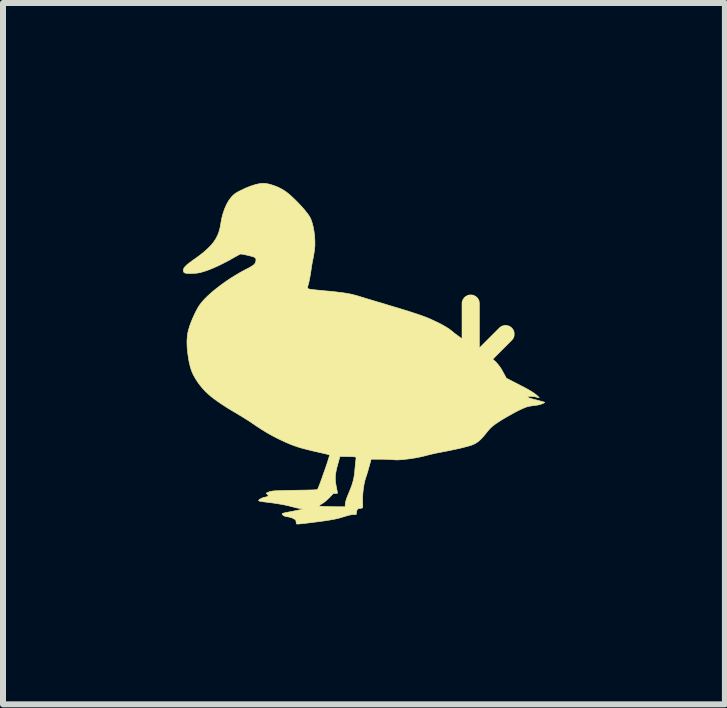
<source format=kicad_pcb>
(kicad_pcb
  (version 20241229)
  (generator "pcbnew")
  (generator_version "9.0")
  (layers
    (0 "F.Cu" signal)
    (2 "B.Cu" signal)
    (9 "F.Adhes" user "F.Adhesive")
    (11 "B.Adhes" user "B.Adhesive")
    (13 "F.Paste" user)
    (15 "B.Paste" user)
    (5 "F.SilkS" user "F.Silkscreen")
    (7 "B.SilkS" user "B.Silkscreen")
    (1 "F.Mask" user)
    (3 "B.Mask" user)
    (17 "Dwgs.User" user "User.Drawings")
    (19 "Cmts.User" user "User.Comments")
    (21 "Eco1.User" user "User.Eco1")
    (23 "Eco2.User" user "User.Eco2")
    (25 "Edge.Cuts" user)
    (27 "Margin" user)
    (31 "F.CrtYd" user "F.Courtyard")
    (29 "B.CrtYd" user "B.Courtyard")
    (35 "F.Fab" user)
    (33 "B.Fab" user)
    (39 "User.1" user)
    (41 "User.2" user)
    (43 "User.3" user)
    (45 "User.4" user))
  (footprint "duck"
    (layer "F.Cu")
    (at 3.017 2.844)
    (property "Reference" "duck" (at 0 0 0) (layer "F.SilkS") (effects (font (size 1.524 1.524) (thickness 0.3))))
    (attr through_hole)
    (fp_poly (pts (xy -1.611 -2.832) (xy -1.554 -2.818) (xy -1.495 -2.799) (xy -1.435 -2.775) (xy -1.377 -2.746) (xy -1.322 -2.713) (xy -1.322 -2.713) (xy -1.286 -2.687) (xy -1.244 -2.653) (xy -1.198 -2.612) (xy -1.15 -2.566) (xy -1.102 -2.518) (xy -1.055 -2.468) (xy -1.011 -2.419) (xy -0.971 -2.371) (xy -0.937 -2.328) (xy -0.911 -2.29) (xy -0.907 -2.284) (xy -0.885 -2.239) (xy -0.865 -2.182) (xy -0.848 -2.116) (xy -0.834 -2.04) (xy -0.824 -1.963) (xy -0.819 -1.879) (xy -0.819 -1.799) (xy -0.827 -1.717) (xy -0.841 -1.631) (xy -0.848 -1.593) (xy -0.856 -1.557) (xy -0.864 -1.514) (xy -0.872 -1.467) (xy -0.879 -1.421) (xy -0.882 -1.399) (xy -0.893 -1.328) (xy -0.904 -1.266) (xy -0.914 -1.215) (xy -0.923 -1.174) (xy -0.931 -1.145) (xy -0.932 -1.144) (xy -0.94 -1.115) (xy -0.939 -1.094) (xy -0.933 -1.084) (xy -0.925 -1.08) (xy -0.91 -1.076) (xy -0.887 -1.072) (xy -0.855 -1.068) (xy -0.813 -1.063) (xy -0.761 -1.058) (xy -0.698 -1.052) (xy -0.661 -1.048) (xy -0.567 -1.04) (xy -0.483 -1.031) (xy -0.409 -1.022) (xy -0.343 -1.014) (xy -0.285 -1.004) (xy -0.232 -0.995) (xy -0.184 -0.984) (xy -0.139 -0.972) (xy -0.096 -0.96) (xy -0.095 -0.959) (xy -0.074 -0.953) (xy -0.042 -0.943) (xy -0.002 -0.931) (xy 0.046 -0.916) (xy 0.099 -0.9) (xy 0.156 -0.883) (xy 0.215 -0.865) (xy 0.272 -0.849) (xy 0.383 -0.815) (xy 0.483 -0.785) (xy 0.574 -0.758) (xy 0.655 -0.733) (xy 0.727 -0.711) (xy 0.792 -0.69) (xy 0.85 -0.671) (xy 0.903 -0.654) (xy 0.95 -0.637) (xy 0.993 -0.622) (xy 1.032 -0.607) (xy 1.069 -0.592) (xy 1.105 -0.577) (xy 1.139 -0.561) (xy 1.173 -0.545) (xy 1.209 -0.528) (xy 1.221 -0.523) (xy 1.297 -0.484) (xy 1.362 -0.447) (xy 1.417 -0.412) (xy 1.462 -0.378) (xy 1.478 -0.365) (xy 1.51 -0.338) (xy 1.552 -0.307) (xy 1.601 -0.271) (xy 1.658 -0.232) (xy 1.721 -0.191) (xy 1.781 -0.152) (xy 1.861 -0.102) (xy 1.93 -0.058) (xy 1.991 -0.018) (xy 2.044 0.018) (xy 2.09 0.05) (xy 2.13 0.08) (xy 2.164 0.109) (xy 2.194 0.136) (xy 2.22 0.164) (xy 2.243 0.192) (xy 2.265 0.221) (xy 2.286 0.253) (xy 2.306 0.288) (xy 2.327 0.326) (xy 2.335 0.341) (xy 2.372 0.409) (xy 2.54 0.495) (xy 2.611 0.532) (xy 2.672 0.563) (xy 2.723 0.591) (xy 2.766 0.616) (xy 2.803 0.638) (xy 2.832 0.658) (xy 2.857 0.676) (xy 2.878 0.693) (xy 2.883 0.697) (xy 2.9 0.714) (xy 2.913 0.727) (xy 2.919 0.734) (xy 2.92 0.735) (xy 2.914 0.735) (xy 2.899 0.731) (xy 2.878 0.726) (xy 2.875 0.725) (xy 2.848 0.719) (xy 2.818 0.714) (xy 2.788 0.712) (xy 2.762 0.711) (xy 2.741 0.713) (xy 2.73 0.718) (xy 2.73 0.718) (xy 2.728 0.723) (xy 2.732 0.728) (xy 2.743 0.734) (xy 2.761 0.741) (xy 2.789 0.749) (xy 2.826 0.76) (xy 2.874 0.772) (xy 2.887 0.775) (xy 2.923 0.785) (xy 2.955 0.794) (xy 2.981 0.801) (xy 3 0.807) (xy 3.008 0.81) (xy 3.009 0.811) (xy 3.007 0.816) (xy 2.996 0.823) (xy 2.977 0.832) (xy 2.952 0.841) (xy 2.925 0.85) (xy 2.917 0.852) (xy 2.895 0.856) (xy 2.865 0.861) (xy 2.833 0.865) (xy 2.819 0.867) (xy 2.785 0.871) (xy 2.749 0.878) (xy 2.716 0.886) (xy 2.707 0.889) (xy 2.672 0.902) (xy 2.628 0.921) (xy 2.576 0.946) (xy 2.518 0.976) (xy 2.456 1.01) (xy 2.389 1.048) (xy 2.342 1.075) (xy 2.284 1.11) (xy 2.236 1.141) (xy 2.195 1.168) (xy 2.161 1.193) (xy 2.132 1.217) (xy 2.106 1.241) (xy 2.083 1.266) (xy 2.06 1.293) (xy 2.056 1.298) (xy 2.015 1.349) (xy 1.979 1.391) (xy 1.947 1.425) (xy 1.917 1.453) (xy 1.889 1.475) (xy 1.859 1.494) (xy 1.828 1.51) (xy 1.808 1.518) (xy 1.779 1.529) (xy 1.739 1.541) (xy 1.689 1.554) (xy 1.632 1.569) (xy 1.567 1.584) (xy 1.497 1.599) (xy 1.423 1.615) (xy 1.346 1.63) (xy 1.267 1.645) (xy 1.265 1.645) (xy 1.219 1.654) (xy 1.169 1.665) (xy 1.12 1.676) (xy 1.074 1.687) (xy 1.049 1.694) (xy 0.961 1.716) (xy 0.868 1.735) (xy 0.766 1.751) (xy 0.666 1.763) (xy 0.623 1.767) (xy 0.588 1.769) (xy 0.558 1.771) (xy 0.529 1.77) (xy 0.496 1.768) (xy 0.469 1.766) (xy 0.433 1.764) (xy 0.389 1.762) (xy 0.34 1.76) (xy 0.29 1.759) (xy 0.248 1.759) (xy 0.117 1.759) (xy 0.111 1.785) (xy 0.102 1.819) (xy 0.091 1.859) (xy 0.079 1.901) (xy 0.067 1.944) (xy 0.055 1.985) (xy 0.044 2.02) (xy 0.035 2.048) (xy 0.03 2.061) (xy 0.013 2.118) (xy -0.001 2.183) (xy -0.012 2.255) (xy -0.02 2.33) (xy -0.024 2.406) (xy -0.023 2.473) (xy -0.022 2.515) (xy -0.022 2.546) (xy -0.024 2.564) (xy -0.027 2.57) (xy -0.036 2.574) (xy -0.053 2.577) (xy -0.063 2.577) (xy -0.089 2.58) (xy -0.107 2.591) (xy -0.119 2.61) (xy -0.126 2.64) (xy -0.126 2.644) (xy -0.131 2.681) (xy -0.172 2.681) (xy -0.194 2.682) (xy -0.219 2.686) (xy -0.249 2.692) (xy -0.285 2.702) (xy -0.33 2.715) (xy -0.36 2.724) (xy -0.395 2.735) (xy -0.432 2.745) (xy -0.472 2.754) (xy -0.517 2.763) (xy -0.568 2.772) (xy -0.626 2.781) (xy -0.692 2.791) (xy -0.768 2.801) (xy -0.854 2.812) (xy -0.889 2.816) (xy -0.95 2.824) (xy -1 2.83) (xy -1.04 2.834) (xy -1.071 2.837) (xy -1.094 2.839) (xy -1.11 2.839) (xy -1.12 2.839) (xy -1.124 2.838) (xy -1.129 2.83) (xy -1.131 2.813) (xy -1.132 2.807) (xy -1.135 2.784) (xy -1.142 2.77) (xy -1.159 2.758) (xy -1.184 2.745) (xy -1.213 2.733) (xy -1.242 2.725) (xy -1.26 2.721) (xy -1.294 2.716) (xy -1.323 2.707) (xy -1.346 2.696) (xy -1.36 2.683) (xy -1.364 2.671) (xy -1.363 2.667) (xy -1.356 2.662) (xy -1.336 2.656) (xy -1.304 2.648) (xy -1.272 2.642) (xy -1.212 2.631) (xy -1.162 2.621) (xy -1.123 2.613) (xy -1.092 2.607) (xy -1.068 2.602) (xy -1.05 2.597) (xy -1.038 2.594) (xy -1.035 2.593) (xy -1.012 2.585) (xy -1.058 2.581) (xy -1.074 2.579) (xy -1.007 2.579) (xy -1.006 2.583) (xy -1.002 2.583) (xy -0.997 2.581) (xy -0.998 2.579) (xy -1.006 2.578) (xy -1.007 2.579) (xy -1.074 2.579) (xy -1.083 2.578) (xy -1.114 2.572) (xy -1.15 2.564) (xy -1.181 2.555) (xy -1.256 2.536) (xy -0.748 2.536) (xy -0.747 2.541) (xy -0.746 2.541) (xy -0.734 2.542) (xy -0.712 2.543) (xy -0.681 2.545) (xy -0.645 2.546) (xy -0.604 2.547) (xy -0.561 2.549) (xy -0.518 2.55) (xy -0.478 2.551) (xy -0.441 2.551) (xy -0.432 2.551) (xy -0.314 2.552) (xy -0.314 2.519) (xy -0.312 2.495) (xy -0.307 2.468) (xy -0.298 2.436) (xy -0.284 2.396) (xy -0.265 2.349) (xy -0.254 2.323) (xy -0.228 2.258) (xy -0.206 2.201) (xy -0.19 2.149) (xy -0.176 2.098) (xy -0.166 2.046) (xy -0.158 1.989) (xy -0.152 1.924) (xy -0.151 1.912) (xy -0.147 1.874) (xy -0.144 1.836) (xy -0.14 1.804) (xy -0.137 1.779) (xy -0.136 1.765) (xy -0.133 1.742) (xy -0.135 1.728) (xy -0.137 1.724) (xy -0.145 1.721) (xy -0.162 1.719) (xy -0.189 1.717) (xy -0.227 1.715) (xy -0.273 1.715) (xy -0.402 1.713) (xy -0.425 1.796) (xy -0.443 1.862) (xy -0.458 1.919) (xy -0.468 1.968) (xy -0.475 2.011) (xy -0.479 2.051) (xy -0.479 2.09) (xy -0.476 2.129) (xy -0.471 2.171) (xy -0.462 2.218) (xy -0.461 2.223) (xy -0.455 2.256) (xy -0.449 2.284) (xy -0.445 2.307) (xy -0.443 2.32) (xy -0.443 2.323) (xy -0.448 2.328) (xy -0.465 2.331) (xy -0.477 2.331) (xy -0.512 2.331) (xy -0.58 2.401) (xy -0.624 2.443) (xy -0.661 2.474) (xy -0.693 2.496) (xy -0.721 2.513) (xy -0.739 2.527) (xy -0.748 2.536) (xy -1.256 2.536) (xy -1.258 2.536) (xy -1.344 2.517) (xy -1.436 2.501) (xy -1.53 2.487) (xy -1.547 2.485) (xy -1.605 2.478) (xy -1.651 2.472) (xy -1.688 2.467) (xy -1.716 2.463) (xy -1.735 2.459) (xy -1.748 2.455) (xy -1.755 2.452) (xy -1.757 2.448) (xy -1.756 2.443) (xy -1.753 2.439) (xy -1.743 2.43) (xy -1.726 2.419) (xy -1.715 2.414) (xy -1.697 2.405) (xy -1.678 2.398) (xy -1.654 2.392) (xy -1.622 2.385) (xy -1.617 2.384) (xy -1.601 2.377) (xy -1.597 2.366) (xy -1.605 2.352) (xy -1.613 2.344) (xy -1.632 2.325) (xy -1.598 2.31) (xy -1.573 2.3) (xy -1.542 2.293) (xy -1.515 2.288) (xy -1.5 2.287) (xy -1.474 2.285) (xy -1.438 2.284) (xy -1.393 2.282) (xy -1.342 2.281) (xy -1.285 2.279) (xy -1.224 2.278) (xy -1.16 2.277) (xy -1.126 2.276) (xy -1.053 2.275) (xy -0.991 2.274) (xy -0.939 2.273) (xy -0.897 2.272) (xy -0.863 2.271) (xy -0.836 2.27) (xy -0.816 2.269) (xy -0.801 2.268) (xy -0.79 2.266) (xy -0.783 2.264) (xy -0.778 2.262) (xy -0.775 2.26) (xy -0.774 2.259) (xy -0.769 2.25) (xy -0.761 2.232) (xy -0.75 2.205) (xy -0.737 2.171) (xy -0.722 2.131) (xy -0.706 2.086) (xy -0.689 2.038) (xy -0.672 1.989) (xy -0.654 1.939) (xy -0.637 1.89) (xy -0.621 1.843) (xy -0.607 1.8) (xy -0.595 1.762) (xy -0.585 1.73) (xy -0.578 1.706) (xy -0.574 1.691) (xy -0.574 1.687) (xy -0.58 1.685) (xy -0.597 1.681) (xy -0.623 1.674) (xy -0.657 1.666) (xy -0.697 1.657) (xy -0.741 1.647) (xy -0.763 1.642) (xy -0.846 1.623) (xy -0.919 1.605) (xy -0.983 1.589) (xy -1.04 1.574) (xy -1.091 1.559) (xy -1.138 1.543) (xy -1.183 1.527) (xy -1.228 1.51) (xy -1.273 1.491) (xy -1.322 1.469) (xy -1.344 1.459) (xy -1.412 1.427) (xy -1.475 1.396) (xy -1.535 1.364) (xy -1.595 1.331) (xy -1.655 1.295) (xy -1.719 1.255) (xy -1.788 1.21) (xy -1.863 1.159) (xy -1.888 1.142) (xy -1.92 1.121) (xy -1.959 1.096) (xy -2.003 1.069) (xy -2.047 1.041) (xy -2.089 1.017) (xy -2.091 1.015) (xy -2.191 0.956) (xy -2.28 0.902) (xy -2.36 0.85) (xy -2.431 0.802) (xy -2.495 0.756) (xy -2.552 0.712) (xy -2.602 0.668) (xy -2.648 0.624) (xy -2.689 0.58) (xy -2.727 0.535) (xy -2.763 0.487) (xy -2.782 0.459) (xy -2.82 0.399) (xy -2.851 0.341) (xy -2.876 0.282) (xy -2.896 0.218) (xy -2.913 0.148) (xy -2.924 0.089) (xy -2.94 -0.02) (xy -2.949 -0.12) (xy -2.951 -0.211) (xy -2.945 -0.293) (xy -2.937 -0.348) (xy -2.924 -0.401) (xy -2.906 -0.461) (xy -2.882 -0.526) (xy -2.855 -0.592) (xy -2.825 -0.658) (xy -2.794 -0.72) (xy -2.763 -0.776) (xy -2.745 -0.804) (xy -2.708 -0.853) (xy -2.662 -0.906) (xy -2.606 -0.961) (xy -2.543 -1.019) (xy -2.472 -1.077) (xy -2.396 -1.136) (xy -2.316 -1.194) (xy -2.232 -1.251) (xy -2.146 -1.305) (xy -2.059 -1.356) (xy -1.972 -1.403) (xy -1.962 -1.408) (xy -1.917 -1.431) (xy -1.882 -1.451) (xy -1.855 -1.468) (xy -1.836 -1.483) (xy -1.822 -1.497) (xy -1.813 -1.513) (xy -1.807 -1.53) (xy -1.805 -1.536) (xy -1.8 -1.563) (xy -1.803 -1.583) (xy -1.815 -1.598) (xy -1.833 -1.609) (xy -1.848 -1.615) (xy -1.872 -1.622) (xy -1.902 -1.63) (xy -1.936 -1.638) (xy -1.971 -1.646) (xy -2.003 -1.653) (xy -2.031 -1.658) (xy -2.051 -1.66) (xy -2.056 -1.661) (xy -2.065 -1.658) (xy -2.083 -1.649) (xy -2.108 -1.636) (xy -2.137 -1.62) (xy -2.168 -1.603) (xy -2.253 -1.554) (xy -2.34 -1.509) (xy -2.425 -1.467) (xy -2.507 -1.43) (xy -2.585 -1.398) (xy -2.657 -1.373) (xy -2.721 -1.354) (xy -2.728 -1.352) (xy -2.759 -1.346) (xy -2.796 -1.341) (xy -2.837 -1.338) (xy -2.878 -1.336) (xy -2.916 -1.336) (xy -2.949 -1.338) (xy -2.973 -1.341) (xy -2.977 -1.342) (xy -2.994 -1.349) (xy -3.004 -1.357) (xy -3.009 -1.37) (xy -3.01 -1.374) (xy -3.012 -1.391) (xy -3.009 -1.409) (xy -3 -1.428) (xy -2.985 -1.448) (xy -2.962 -1.472) (xy -2.931 -1.498) (xy -2.89 -1.529) (xy -2.841 -1.565) (xy -2.823 -1.577) (xy -2.738 -1.639) (xy -2.665 -1.697) (xy -2.602 -1.754) (xy -2.548 -1.809) (xy -2.503 -1.865) (xy -2.467 -1.921) (xy -2.437 -1.98) (xy -2.415 -2.041) (xy -2.398 -2.107) (xy -2.389 -2.159) (xy -2.373 -2.251) (xy -2.35 -2.338) (xy -2.322 -2.418) (xy -2.289 -2.492) (xy -2.252 -2.556) (xy -2.21 -2.611) (xy -2.193 -2.629) (xy -2.172 -2.649) (xy -2.153 -2.665) (xy -2.13 -2.68) (xy -2.103 -2.696) (xy -2.07 -2.713) (xy -1.977 -2.758) (xy -1.891 -2.792) (xy -1.812 -2.818) (xy -1.739 -2.834) (xy -1.707 -2.838) (xy -1.662 -2.839) (xy -1.611 -2.832)) (stroke (width 0.01) (type solid)) (fill yes) (layer "F.SilkS")))
  (gr_rect
    (start -3 -3)
    (end 9.031 8.688)
    (stroke (width 0.1) (type default))
    (fill no)
    (layer "Edge.Cuts")))
</source>
